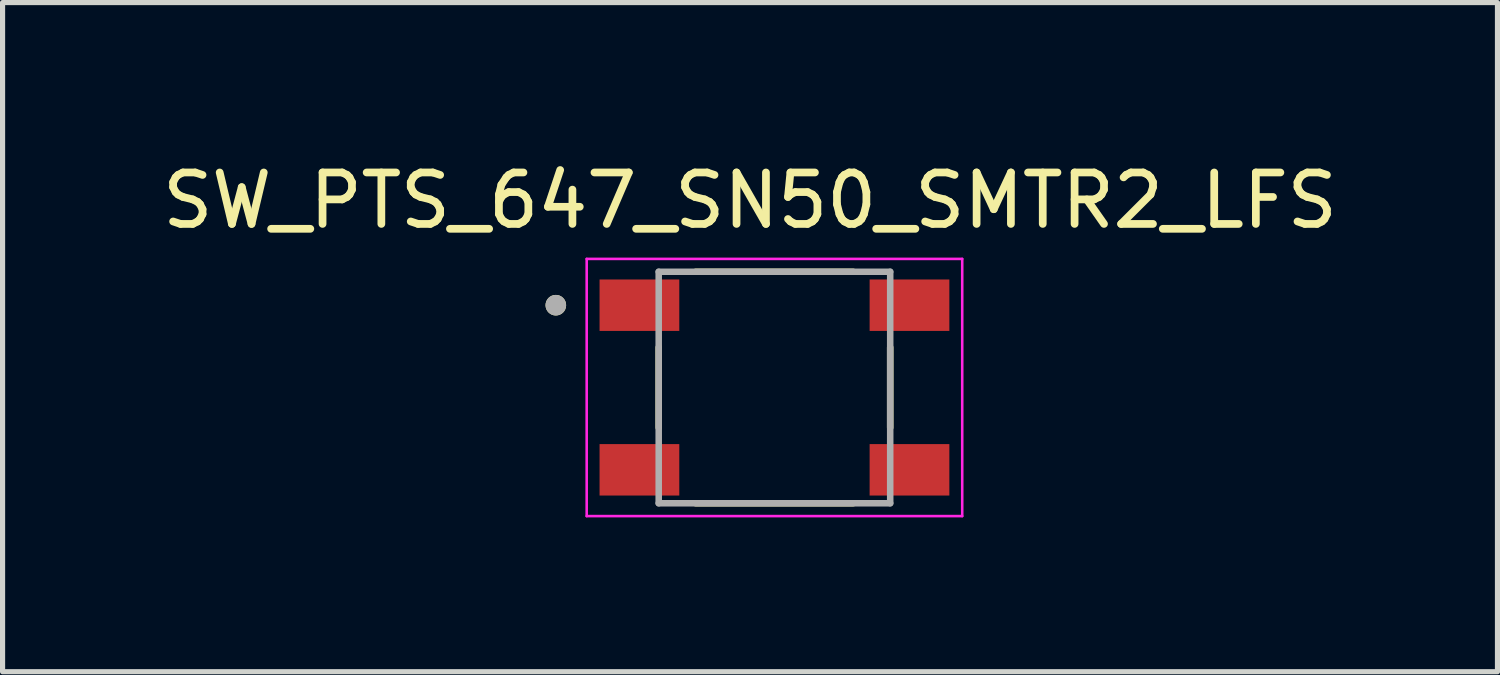
<source format=kicad_pcb>
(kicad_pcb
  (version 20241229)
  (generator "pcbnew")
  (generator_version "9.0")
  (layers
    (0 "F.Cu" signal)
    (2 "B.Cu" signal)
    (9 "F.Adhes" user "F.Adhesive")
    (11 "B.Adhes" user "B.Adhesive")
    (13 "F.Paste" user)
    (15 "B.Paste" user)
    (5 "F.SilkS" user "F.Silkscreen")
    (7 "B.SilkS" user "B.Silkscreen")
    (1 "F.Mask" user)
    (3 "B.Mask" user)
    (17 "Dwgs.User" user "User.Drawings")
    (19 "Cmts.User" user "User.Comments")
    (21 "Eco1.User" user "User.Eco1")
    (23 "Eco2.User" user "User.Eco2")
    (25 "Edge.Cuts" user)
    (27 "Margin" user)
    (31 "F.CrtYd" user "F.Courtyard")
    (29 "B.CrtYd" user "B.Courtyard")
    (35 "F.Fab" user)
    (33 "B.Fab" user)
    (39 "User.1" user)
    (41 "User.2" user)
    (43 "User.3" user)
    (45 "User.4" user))
  (footprint "SW_PTS_647_SN50_SMTR2_LFS"
    (layer "F.Cu")
    (at 12.005 4.483)
    (property "Reference" "SW_PTS_647_SN50_SMTR2_LFS" (at -0.475 -3.635 0) (layer "F.SilkS") (effects (font (size 1 1) (thickness 0.15))))
    (attr smd)
    (fp_line (start -2.25 -0.78) (end -2.25 0.78) (stroke (width 0.127) (type solid)) (layer "F.SilkS"))
    (fp_line (start -1.53 -2.25) (end 1.53 -2.25) (stroke (width 0.127) (type solid)) (layer "F.SilkS"))
    (fp_line (start -1.53 2.25) (end 1.53 2.25) (stroke (width 0.127) (type solid)) (layer "F.SilkS"))
    (fp_line (start 2.25 -0.78) (end 2.25 0.78) (stroke (width 0.127) (type solid)) (layer "F.SilkS"))
    (fp_circle (center -4.25 -1.6) (end -4.15 -1.6) (stroke (width 0.2) (type solid)) (fill no) (layer "F.SilkS"))
    (fp_line (start -3.65 -2.5) (end -3.65 2.5) (stroke (width 0.05) (type solid)) (layer "F.CrtYd"))
    (fp_line (start -3.65 2.5) (end 3.65 2.5) (stroke (width 0.05) (type solid)) (layer "F.CrtYd"))
    (fp_line (start 3.65 -2.5) (end -3.65 -2.5) (stroke (width 0.05) (type solid)) (layer "F.CrtYd"))
    (fp_line (start 3.65 2.5) (end 3.65 -2.5) (stroke (width 0.05) (type solid)) (layer "F.CrtYd"))
    (fp_line (start -2.25 -2.25) (end -2.25 2.25) (stroke (width 0.127) (type solid)) (layer "F.Fab"))
    (fp_line (start -2.25 2.25) (end 2.25 2.25) (stroke (width 0.127) (type solid)) (layer "F.Fab"))
    (fp_line (start 2.25 -2.25) (end -2.25 -2.25) (stroke (width 0.127) (type solid)) (layer "F.Fab"))
    (fp_line (start 2.25 2.25) (end 2.25 -2.25) (stroke (width 0.127) (type solid)) (layer "F.Fab"))
    (fp_circle (center -4.25 -1.6) (end -4.15 -1.6) (stroke (width 0.2) (type solid)) (fill no) (layer "F.Fab"))
    (pad "1" smd rect (at -2.625 -1.6) (size 1.55 1) (layers "F.Cu" "F.Mask" "F.Paste"))
    (pad "2" smd rect (at 2.625 -1.6) (size 1.55 1) (layers "F.Cu" "F.Mask" "F.Paste"))
    (pad "3" smd rect (at -2.625 1.6) (size 1.55 1) (layers "F.Cu" "F.Mask" "F.Paste"))
    (pad "4" smd rect (at 2.625 1.6) (size 1.55 1) (layers "F.Cu" "F.Mask" "F.Paste")))
  (gr_rect
    (start -3 -3)
    (end 26.06 10.008)
    (stroke (width 0.1) (type default))
    (fill no)
    (layer "Edge.Cuts")))
</source>
